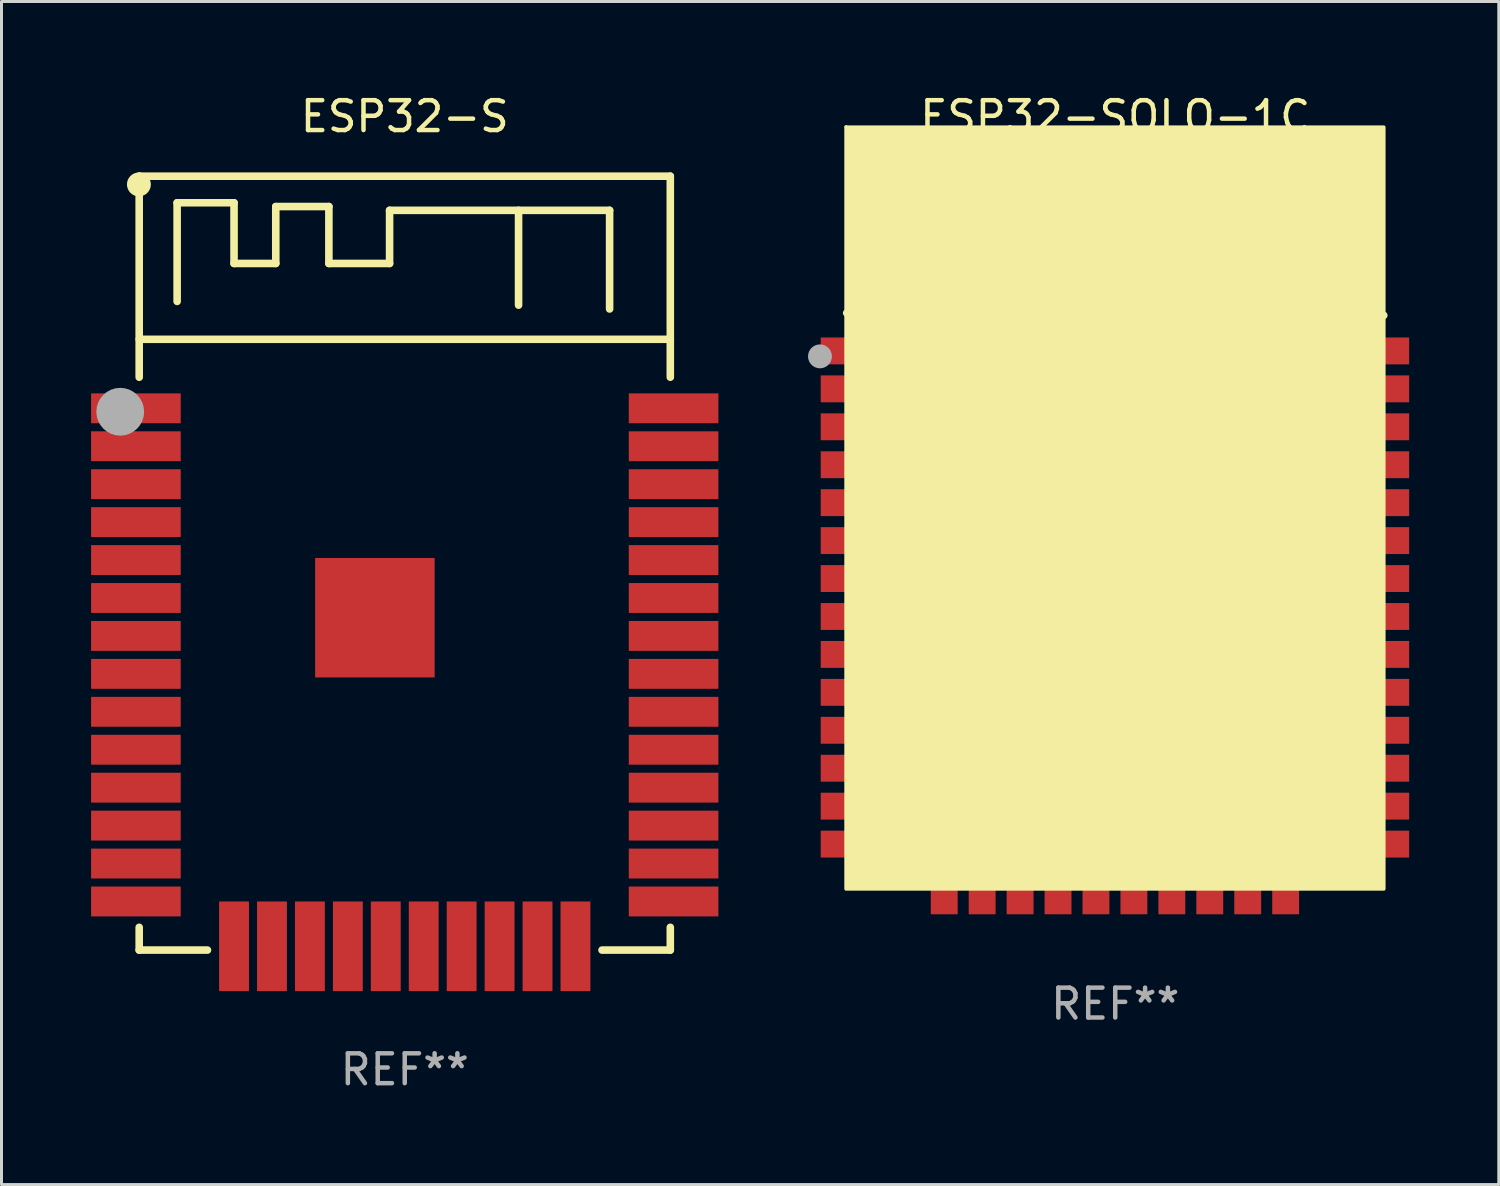
<source format=kicad_pcb>
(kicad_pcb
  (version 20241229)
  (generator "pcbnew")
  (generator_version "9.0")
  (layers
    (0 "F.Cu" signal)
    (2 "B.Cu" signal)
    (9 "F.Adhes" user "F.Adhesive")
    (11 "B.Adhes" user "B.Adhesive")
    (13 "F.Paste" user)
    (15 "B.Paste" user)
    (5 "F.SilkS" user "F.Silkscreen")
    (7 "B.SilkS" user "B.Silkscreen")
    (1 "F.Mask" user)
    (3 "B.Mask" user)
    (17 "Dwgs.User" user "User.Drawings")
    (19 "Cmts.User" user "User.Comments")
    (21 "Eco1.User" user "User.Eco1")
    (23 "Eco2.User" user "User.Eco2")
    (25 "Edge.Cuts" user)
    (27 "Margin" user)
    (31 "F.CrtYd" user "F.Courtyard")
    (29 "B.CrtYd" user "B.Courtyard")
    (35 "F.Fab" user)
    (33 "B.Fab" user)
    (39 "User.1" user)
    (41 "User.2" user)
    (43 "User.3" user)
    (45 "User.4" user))
  (footprint "ESP32-SOLO-1C"
    (layer "F.Cu")
    (at 34.285 14.703)
    (property "Reference" "ESP32-SOLO-1C" (at 0 -13.855 0) (layer "F.SilkS") (effects (font (size 1 1) (thickness 0.15))))
    (attr through_hole)
    (fp_line (start -8.99 -7.275) (end 8.99 -7.195) (stroke (width 0.254) (type solid)) (layer "F.SilkS"))
    (fp_line (start -7.63 -11.855) (end -5.09 -11.855) (stroke (width 0.254) (type solid)) (layer "F.SilkS"))
    (fp_line (start -7.63 -9.315) (end -7.63 -11.855) (stroke (width 0.254) (type solid)) (layer "F.SilkS"))
    (fp_line (start -5.09 -11.855) (end -5.09 -9.315) (stroke (width 0.254) (type solid)) (layer "F.SilkS"))
    (fp_line (start -5.09 -9.315) (end -2.55 -9.315) (stroke (width 0.254) (type solid)) (layer "F.SilkS"))
    (fp_line (start -2.55 -11.855) (end -0.01 -11.855) (stroke (width 0.254) (type solid)) (layer "F.SilkS"))
    (fp_line (start -2.55 -9.315) (end -2.55 -11.855) (stroke (width 0.254) (type solid)) (layer "F.SilkS"))
    (fp_line (start -0.01 -11.855) (end -0.01 -9.315) (stroke (width 0.254) (type solid)) (layer "F.SilkS"))
    (fp_line (start -0.01 -9.315) (end 2.53 -9.315) (stroke (width 0.254) (type solid)) (layer "F.SilkS"))
    (fp_line (start 2.53 -11.855) (end 6.34 -11.855) (stroke (width 0.254) (type solid)) (layer "F.SilkS"))
    (fp_line (start 2.53 -9.315) (end 2.53 -11.855) (stroke (width 0.254) (type solid)) (layer "F.SilkS"))
    (fp_line (start 5.07 -11.855) (end 5.07 -8.045) (stroke (width 0.254) (type solid)) (layer "F.SilkS"))
    (fp_line (start 6.34 -11.855) (end 7.61 -11.855) (stroke (width 0.254) (type solid)) (layer "F.SilkS"))
    (fp_line (start 7.61 -11.855) (end 7.61 -8.045) (stroke (width 0.254) (type solid)) (layer "F.SilkS"))
    (fp_circle (center -9.01 -13.505) (end -8.98 -13.505) (stroke (width 0.06) (type solid)) (fill no) (layer "F.SilkS"))
    (fp_poly (pts (xy -9.01 -13.495) (xy 8.99 -13.495) (xy 8.99 12.005) (xy -9.01 12.005)) (stroke (width 0.12) (type solid)) (fill yes) (layer "F.SilkS"))
    (fp_circle (center -9.885 -5.823) (end -9.685 -5.823) (stroke (width 0.4) (type solid)) (fill no) (layer "F.Fab"))
    (fp_text user "WIFI" (at 4.435 3.885 0) (layer "B.Mask") (effects (font (size 1 1) (thickness 0.15))))
    (fp_text user "REF**" (at 0 15.855 0) (layer "F.Fab") (effects (font (size 1 1) (thickness 0.15))))
    (pad "1" smd rect (at -8.86 -6.005) (size 2 0.9) (layers "F.Cu" "F.Mask" "F.Paste"))
    (pad "2" smd rect (at -8.86 -4.735) (size 2 0.9) (layers "F.Cu" "F.Mask" "F.Paste"))
    (pad "3" smd rect (at -8.86 -3.465) (size 2 0.9) (layers "F.Cu" "F.Mask" "F.Paste"))
    (pad "4" smd rect (at -8.86 -2.195) (size 2 0.9) (layers "F.Cu" "F.Mask" "F.Paste"))
    (pad "5" smd rect (at -8.86 -0.925) (size 2 0.9) (layers "F.Cu" "F.Mask" "F.Paste"))
    (pad "6" smd rect (at -8.86 0.345) (size 2 0.9) (layers "F.Cu" "F.Mask" "F.Paste"))
    (pad "7" smd rect (at -8.86 1.615) (size 2 0.9) (layers "F.Cu" "F.Mask" "F.Paste"))
    (pad "8" smd rect (at -8.86 2.885) (size 2 0.9) (layers "F.Cu" "F.Mask" "F.Paste"))
    (pad "9" smd rect (at -8.86 4.155) (size 2 0.9) (layers "F.Cu" "F.Mask" "F.Paste"))
    (pad "10" smd rect (at -8.86 5.425) (size 2 0.9) (layers "F.Cu" "F.Mask" "F.Paste"))
    (pad "11" smd rect (at -8.86 6.695) (size 2 0.9) (layers "F.Cu" "F.Mask" "F.Paste"))
    (pad "12" smd rect (at -8.86 7.965) (size 2 0.9) (layers "F.Cu" "F.Mask" "F.Paste"))
    (pad "13" smd rect (at -8.86 9.235) (size 2 0.9) (layers "F.Cu" "F.Mask" "F.Paste"))
    (pad "14" smd rect (at -8.86 10.505) (size 2 0.9) (layers "F.Cu" "F.Mask" "F.Paste"))
    (pad "15" smd rect (at -5.725 11.855) (size 0.9 2) (layers "F.Cu" "F.Mask" "F.Paste"))
    (pad "16" smd rect (at -4.455 11.855) (size 0.9 2) (layers "F.Cu" "F.Mask" "F.Paste"))
    (pad "17" smd rect (at -3.185 11.855) (size 0.9 2) (layers "F.Cu" "F.Mask" "F.Paste"))
    (pad "18" smd rect (at -1.915 11.855) (size 0.9 2) (layers "F.Cu" "F.Mask" "F.Paste"))
    (pad "19" smd rect (at -0.645 11.855) (size 0.9 2) (layers "F.Cu" "F.Mask" "F.Paste"))
    (pad "20" smd rect (at 0.625 11.855) (size 0.9 2) (layers "F.Cu" "F.Mask" "F.Paste"))
    (pad "21" smd rect (at 1.895 11.855) (size 0.9 2) (layers "F.Cu" "F.Mask" "F.Paste"))
    (pad "22" smd rect (at 3.165 11.855) (size 0.9 2) (layers "F.Cu" "F.Mask" "F.Paste"))
    (pad "23" smd rect (at 4.435 11.855) (size 0.9 2) (layers "F.Cu" "F.Mask" "F.Paste"))
    (pad "24" smd rect (at 5.705 11.855) (size 0.9 2) (layers "F.Cu" "F.Mask" "F.Paste"))
    (pad "25" smd rect (at 8.84 10.505) (size 2 0.9) (layers "F.Cu" "F.Mask" "F.Paste"))
    (pad "26" smd rect (at 8.84 9.235) (size 2 0.9) (layers "F.Cu" "F.Mask" "F.Paste"))
    (pad "27" smd rect (at 8.84 7.965) (size 2 0.9) (layers "F.Cu" "F.Mask" "F.Paste"))
    (pad "28" smd rect (at 8.84 6.695) (size 2 0.9) (layers "F.Cu" "F.Mask" "F.Paste"))
    (pad "29" smd rect (at 8.84 5.425) (size 2 0.9) (layers "F.Cu" "F.Mask" "F.Paste"))
    (pad "30" smd rect (at 8.84 4.155) (size 2 0.9) (layers "F.Cu" "F.Mask" "F.Paste"))
    (pad "31" smd rect (at 8.84 2.885) (size 2 0.9) (layers "F.Cu" "F.Mask" "F.Paste"))
    (pad "32" smd rect (at 8.84 1.615) (size 2 0.9) (layers "F.Cu" "F.Mask" "F.Paste"))
    (pad "33" smd rect (at 8.84 0.345) (size 2 0.9) (layers "F.Cu" "F.Mask" "F.Paste"))
    (pad "34" smd rect (at 8.84 -0.925) (size 2 0.9) (layers "F.Cu" "F.Mask" "F.Paste"))
    (pad "35" smd rect (at 8.84 -2.195) (size 2 0.9) (layers "F.Cu" "F.Mask" "F.Paste"))
    (pad "36" smd rect (at 8.84 -3.465) (size 2 0.9) (layers "F.Cu" "F.Mask" "F.Paste"))
    (pad "37" smd rect (at 8.84 -4.735) (size 2 0.9) (layers "F.Cu" "F.Mask" "F.Paste"))
    (pad "38" smd rect (at 8.84 -6.005) (size 2 0.9) (layers "F.Cu" "F.Mask" "F.Paste"))
    (pad "39" smd rect (at -1.01 1.495 180) (size 5 5) (layers "F.Cu" "F.Mask" "F.Paste")))
  (footprint "ESP32-S"
    (layer "F.Cu")
    (at 10.5 15.802)
    (property "Reference" "ESP32-S" (at 0 -14.954 0) (layer "F.SilkS") (effects (font (size 1 1) (thickness 0.15))))
    (attr through_hole)
    (fp_line (start -8.89 -12.954) (end 8.89 -12.954) (stroke (width 0.254) (type solid)) (layer "F.SilkS"))
    (fp_line (start -8.89 -7.493) (end 8.89 -7.493) (stroke (width 0.254) (type solid)) (layer "F.SilkS"))
    (fp_line (start -8.89 -6.223) (end -8.89 -12.954) (stroke (width 0.254) (type solid)) (layer "F.SilkS"))
    (fp_line (start -8.89 12.192) (end -8.89 12.954) (stroke (width 0.254) (type solid)) (layer "F.SilkS"))
    (fp_line (start -8.89 12.954) (end -6.604 12.954) (stroke (width 0.254) (type solid)) (layer "F.SilkS"))
    (fp_line (start -7.62 -12.064) (end -5.715 -12.064) (stroke (width 0.254) (type solid)) (layer "F.SilkS"))
    (fp_line (start -7.62 -8.762) (end -7.62 -12.064) (stroke (width 0.254) (type solid)) (layer "F.SilkS"))
    (fp_line (start -5.715 -12.064) (end -5.715 -10.032) (stroke (width 0.254) (type solid)) (layer "F.SilkS"))
    (fp_line (start -5.715 -10.032) (end -4.318 -10.032) (stroke (width 0.254) (type solid)) (layer "F.SilkS"))
    (fp_line (start -4.318 -11.937) (end -2.54 -11.937) (stroke (width 0.254) (type solid)) (layer "F.SilkS"))
    (fp_line (start -4.318 -10.032) (end -4.318 -11.937) (stroke (width 0.254) (type solid)) (layer "F.SilkS"))
    (fp_line (start -2.54 -11.937) (end -2.54 -10.032) (stroke (width 0.254) (type solid)) (layer "F.SilkS"))
    (fp_line (start -2.54 -10.032) (end -0.508 -10.032) (stroke (width 0.254) (type solid)) (layer "F.SilkS"))
    (fp_line (start -0.508 -11.81) (end 6.858 -11.81) (stroke (width 0.254) (type solid)) (layer "F.SilkS"))
    (fp_line (start -0.508 -10.032) (end -0.508 -11.81) (stroke (width 0.254) (type solid)) (layer "F.SilkS"))
    (fp_line (start 3.81 -11.811) (end 3.81 -8.636) (stroke (width 0.254) (type solid)) (layer "F.SilkS"))
    (fp_line (start 6.604 12.954) (end 8.89 12.954) (stroke (width 0.254) (type solid)) (layer "F.SilkS"))
    (fp_line (start 6.858 -11.81) (end 6.858 -8.508) (stroke (width 0.254) (type solid)) (layer "F.SilkS"))
    (fp_line (start 8.89 -12.954) (end 8.89 -6.223) (stroke (width 0.254) (type solid)) (layer "F.SilkS"))
    (fp_line (start 8.89 12.954) (end 8.89 12.192) (stroke (width 0.254) (type solid)) (layer "F.SilkS"))
    (fp_circle (center -8.9 -12.678) (end -8.7 -12.678) (stroke (width 0.4) (type solid)) (fill no) (layer "F.SilkS"))
    (fp_circle (center -9.525 -5.068) (end -9.125 -5.068) (stroke (width 0.8) (type solid)) (fill no) (layer "F.Fab"))
    (fp_text user "REF**" (at 0 16.954 0) (layer "F.Fab") (effects (font (size 1 1) (thickness 0.15))))
    (pad "1" smd rect (at -9 -5.183) (size 3 1) (layers "F.Cu" "F.Mask" "F.Paste"))
    (pad "2" smd rect (at -9 -3.913) (size 3 1) (layers "F.Cu" "F.Mask" "F.Paste"))
    (pad "3" smd rect (at -9 -2.643) (size 3 1) (layers "F.Cu" "F.Mask" "F.Paste"))
    (pad "4" smd rect (at -9 -1.373) (size 3 1) (layers "F.Cu" "F.Mask" "F.Paste"))
    (pad "5" smd rect (at -9 -0.103) (size 3 1) (layers "F.Cu" "F.Mask" "F.Paste"))
    (pad "6" smd rect (at -9 1.167) (size 3 1) (layers "F.Cu" "F.Mask" "F.Paste"))
    (pad "7" smd rect (at -9 2.437) (size 3 1) (layers "F.Cu" "F.Mask" "F.Paste"))
    (pad "8" smd rect (at -9 3.707) (size 3 1) (layers "F.Cu" "F.Mask" "F.Paste"))
    (pad "9" smd rect (at -9 4.977) (size 3 1) (layers "F.Cu" "F.Mask" "F.Paste"))
    (pad "10" smd rect (at -9 6.247) (size 3 1) (layers "F.Cu" "F.Mask" "F.Paste"))
    (pad "11" smd rect (at -9 7.517) (size 3 1) (layers "F.Cu" "F.Mask" "F.Paste"))
    (pad "12" smd rect (at -9 8.787) (size 3 1) (layers "F.Cu" "F.Mask" "F.Paste"))
    (pad "13" smd rect (at -9 10.057) (size 3 1) (layers "F.Cu" "F.Mask" "F.Paste"))
    (pad "14" smd rect (at -9 11.327) (size 3 1) (layers "F.Cu" "F.Mask" "F.Paste"))
    (pad "15" smd rect (at -5.715 12.827) (size 1 3) (layers "F.Cu" "F.Mask" "F.Paste"))
    (pad "16" smd rect (at -4.445 12.827) (size 1 3) (layers "F.Cu" "F.Mask" "F.Paste"))
    (pad "17" smd rect (at -3.175 12.827) (size 1 3) (layers "F.Cu" "F.Mask" "F.Paste"))
    (pad "18" smd rect (at -1.905 12.827) (size 1 3) (layers "F.Cu" "F.Mask" "F.Paste"))
    (pad "19" smd rect (at -0.635 12.827) (size 1 3) (layers "F.Cu" "F.Mask" "F.Paste"))
    (pad "20" smd rect (at 0.635 12.827) (size 1 3) (layers "F.Cu" "F.Mask" "F.Paste"))
    (pad "21" smd rect (at 1.905 12.827) (size 1 3) (layers "F.Cu" "F.Mask" "F.Paste"))
    (pad "22" smd rect (at 3.175 12.827) (size 1 3) (layers "F.Cu" "F.Mask" "F.Paste"))
    (pad "23" smd rect (at 4.445 12.827) (size 1 3) (layers "F.Cu" "F.Mask" "F.Paste"))
    (pad "24" smd rect (at 5.715 12.827) (size 1 3) (layers "F.Cu" "F.Mask" "F.Paste"))
    (pad "25" smd rect (at 9 11.327) (size 3 1) (layers "F.Cu" "F.Mask" "F.Paste"))
    (pad "26" smd rect (at 9 10.057) (size 3 1) (layers "F.Cu" "F.Mask" "F.Paste"))
    (pad "27" smd rect (at 9 8.787) (size 3 1) (layers "F.Cu" "F.Mask" "F.Paste"))
    (pad "28" smd rect (at 9 7.517) (size 3 1) (layers "F.Cu" "F.Mask" "F.Paste"))
    (pad "29" smd rect (at 9 6.247) (size 3 1) (layers "F.Cu" "F.Mask" "F.Paste"))
    (pad "30" smd rect (at 9 4.977) (size 3 1) (layers "F.Cu" "F.Mask" "F.Paste"))
    (pad "31" smd rect (at 9 3.707) (size 3 1) (layers "F.Cu" "F.Mask" "F.Paste"))
    (pad "32" smd rect (at 9 2.437) (size 3 1) (layers "F.Cu" "F.Mask" "F.Paste"))
    (pad "33" smd rect (at 9 1.167) (size 3 1) (layers "F.Cu" "F.Mask" "F.Paste"))
    (pad "34" smd rect (at 9 -0.103) (size 3 1) (layers "F.Cu" "F.Mask" "F.Paste"))
    (pad "35" smd rect (at 9 -1.373) (size 3 1) (layers "F.Cu" "F.Mask" "F.Paste"))
    (pad "36" smd rect (at 9 -2.643) (size 3 1) (layers "F.Cu" "F.Mask" "F.Paste"))
    (pad "37" smd rect (at 9 -3.913) (size 3 1) (layers "F.Cu" "F.Mask" "F.Paste"))
    (pad "38" smd rect (at 9 -5.183) (size 3 1) (layers "F.Cu" "F.Mask" "F.Paste"))
    (pad "39" smd rect (at -1 1.827) (size 4 4) (layers "F.Cu" "F.Mask" "F.Paste")))
  (gr_rect
    (start -3 -3)
    (end 47.125 36.605)
    (stroke (width 0.1) (type default))
    (fill no)
    (layer "Edge.Cuts")))
</source>
